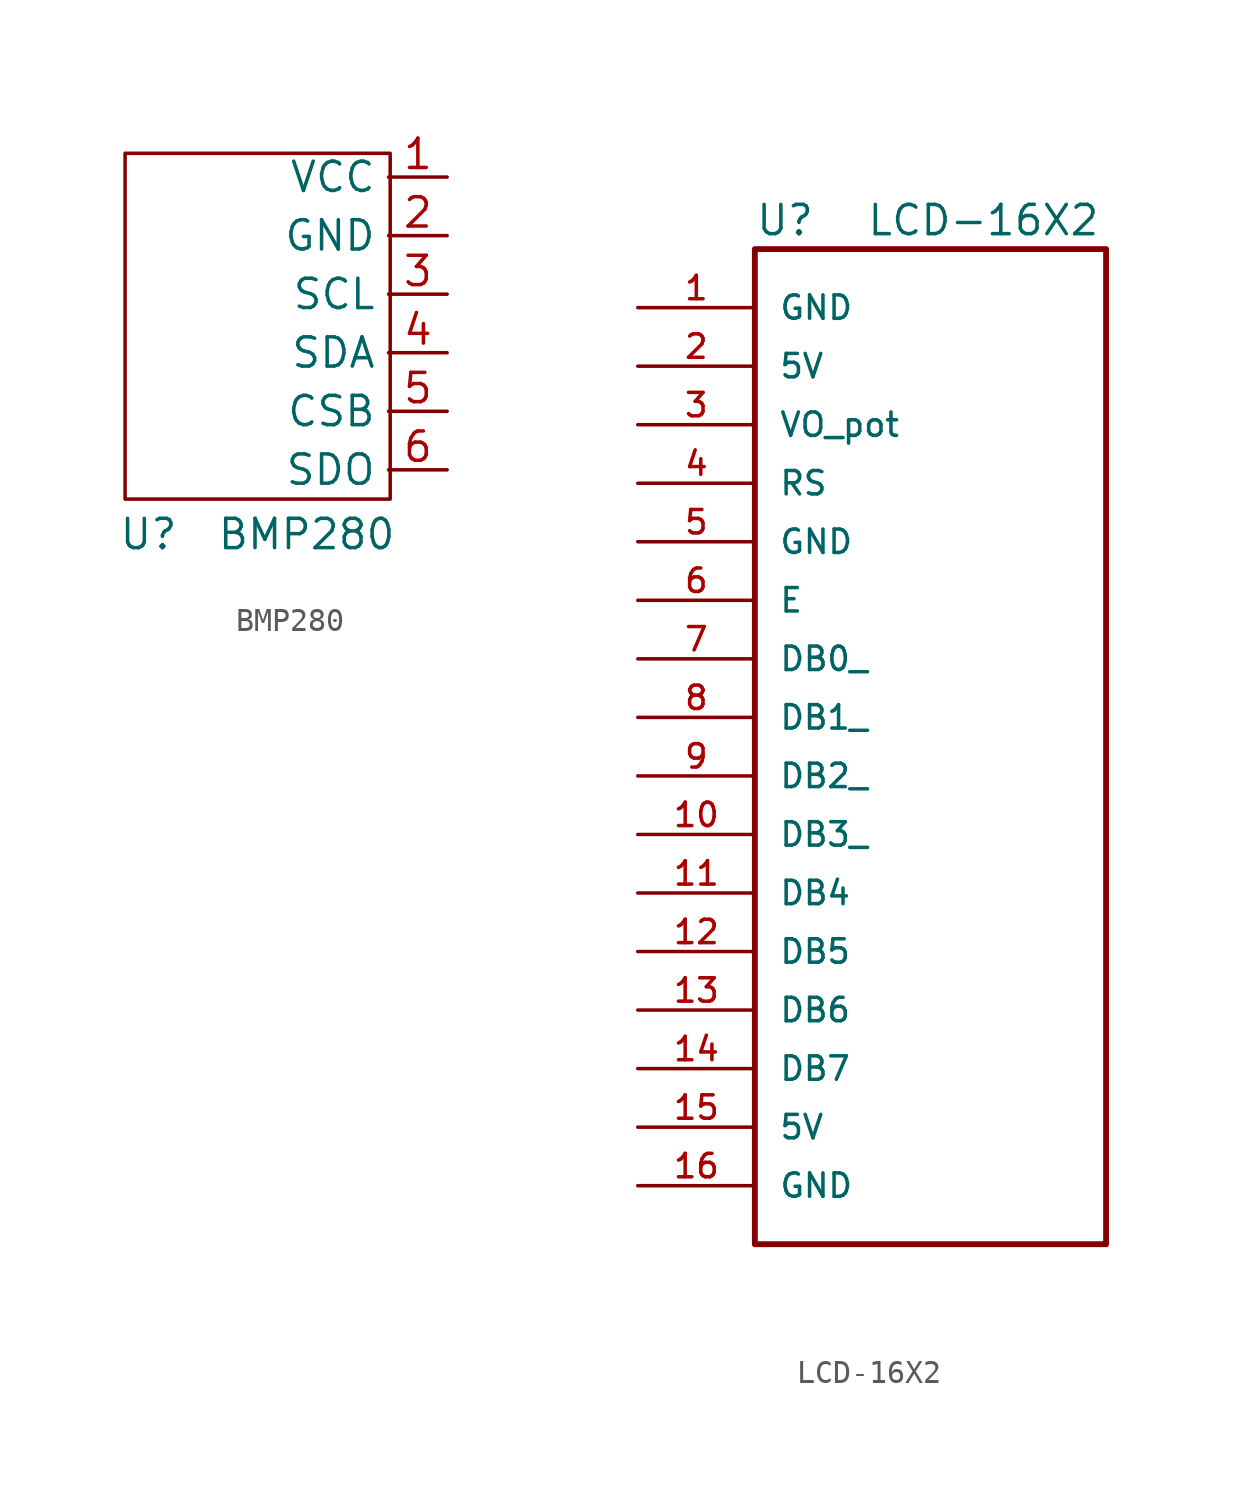
<source format=kicad_sym>
(kicad_symbol_lib
  (version 20241209)
  (generator "kicad_symbol_editor")
  (generator_version "9.0")
  (symbol "BMP280"
    (property "Reference" "U"
      (at -4.064 -1.524 0)
      (effects (font (size 1.27 1.27))))
    (property "Value" "BMP280"
      (at 2.794 -1.524 0)
      (effects (font (size 1.27 1.27))))
    (symbol "BMP280_0_1"
      (rectangle (start -5.08 15) (end 6.42 0) (stroke (width 0) (type default)) (fill (type none))))
    (symbol "BMP280_1_1"
      (pin input line (at 8.89 13.97 180) (length 2.54) (name "VCC" (effects (font (size 1.27 1.27)))) (number "1" (effects (font (size 1.27 1.27)))))
      (pin input line (at 8.89 11.43 180) (length 2.54) (name "GND" (effects (font (size 1.27 1.27)))) (number "2" (effects (font (size 1.27 1.27)))))
      (pin input line (at 8.89 8.89 180) (length 2.54) (name "SCL" (effects (font (size 1.27 1.27)))) (number "3" (effects (font (size 1.27 1.27)))))
      (pin bidirectional line (at 8.89 6.35 180) (length 2.54) (name "SDA" (effects (font (size 1.27 1.27)))) (number "4" (effects (font (size 1.27 1.27)))))
      (pin input line (at 8.89 3.81 180) (length 2.54) (name "CSB" (effects (font (size 1.27 1.27)))) (number "5" (effects (font (size 1.27 1.27)))))
      (pin output line (at 8.89 1.27 180) (length 2.54) (name "SDO" (effects (font (size 1.27 1.27)))) (number "6" (effects (font (size 1.27 1.27)))))))
  (symbol "LCD-16X2"
    (pin_names
      (offset 1.016))
    (property "Reference" "U"
      (at -7.62 23.368 0)
      (effects (font (size 1.27 1.27)) (justify left bottom)))
    (property "Value" "LCD-16X2"
      (at -2.794 23.368 0)
      (effects (font (size 1.27 1.27)) (justify left bottom)))
    (symbol "LCD-16X2_0_0"
      (pin input line (at -12.7 12.7 0) (length 5.08) (name "RS" (effects (font (size 1.016 1.016)))) (number "4" (effects (font (size 1.016 1.016)))))
      (pin input line (at -12.7 7.62 0) (length 5.08) (name "E" (effects (font (size 1.016 1.016)))) (number "6" (effects (font (size 1.016 1.016)))))
      (pin bidirectional line (at -12.7 -5.08 0) (length 5.08) (name "DB4" (effects (font (size 1.016 1.016)))) (number "11" (effects (font (size 1.016 1.016)))))
      (pin bidirectional line (at -12.7 -7.62 0) (length 5.08) (name "DB5" (effects (font (size 1.016 1.016)))) (number "12" (effects (font (size 1.016 1.016)))))
      (pin bidirectional line (at -12.7 -10.16 0) (length 5.08) (name "DB6" (effects (font (size 1.016 1.016)))) (number "13" (effects (font (size 1.016 1.016)))))
      (pin bidirectional line (at -12.7 -12.7 0) (length 5.08) (name "DB7" (effects (font (size 1.016 1.016)))) (number "14" (effects (font (size 1.016 1.016))))))
    (symbol "LCD-16X2_1_0"
      (rectangle (start -7.62 22.86) (end 7.62 -20.32) (stroke (width 0.254) (type solid)) (fill (type none)))
      (pin power_in line (at -12.7 20.32 0) (length 5.08) (name "GND" (effects (font (size 1.016 1.016)))) (number "1" (effects (font (size 1.016 1.016)))))
      (pin power_in line (at -12.7 17.78 0) (length 5.08) (name "5V" (effects (font (size 1.016 1.016)))) (number "2" (effects (font (size 1.016 1.016)))))
      (pin bidirectional line (at -12.7 15.24 0) (length 5.08) (name "VO_pot" (effects (font (size 1.016 1.016)))) (number "3" (effects (font (size 1.016 1.016)))))
      (pin input line (at -12.7 10.16 0) (length 5.08) (name "GND" (effects (font (size 1.016 1.016)))) (number "5" (effects (font (size 1.016 1.016)))))
      (pin bidirectional line (at -12.7 5.08 0) (length 5.08) (name "DB0_" (effects (font (size 1.016 1.016)))) (number "7" (effects (font (size 1.016 1.016)))))
      (pin bidirectional line (at -12.7 2.54 0) (length 5.08) (name "DB1_" (effects (font (size 1.016 1.016)))) (number "8" (effects (font (size 1.016 1.016)))))
      (pin bidirectional line (at -12.7 0 0) (length 5.08) (name "DB2_" (effects (font (size 1.016 1.016)))) (number "9" (effects (font (size 1.016 1.016)))))
      (pin bidirectional line (at -12.7 -2.54 0) (length 5.08) (name "DB3_" (effects (font (size 1.016 1.016)))) (number "10" (effects (font (size 1.016 1.016)))))
      (pin power_in line (at -12.7 -15.24 0) (length 5.08) (name "5V" (effects (font (size 1.016 1.016)))) (number "15" (effects (font (size 1.016 1.016)))))
      (pin power_in line (at -12.7 -17.78 0) (length 5.08) (name "GND" (effects (font (size 1.016 1.016)))) (number "16" (effects (font (size 1.016 1.016))))))))
</source>
